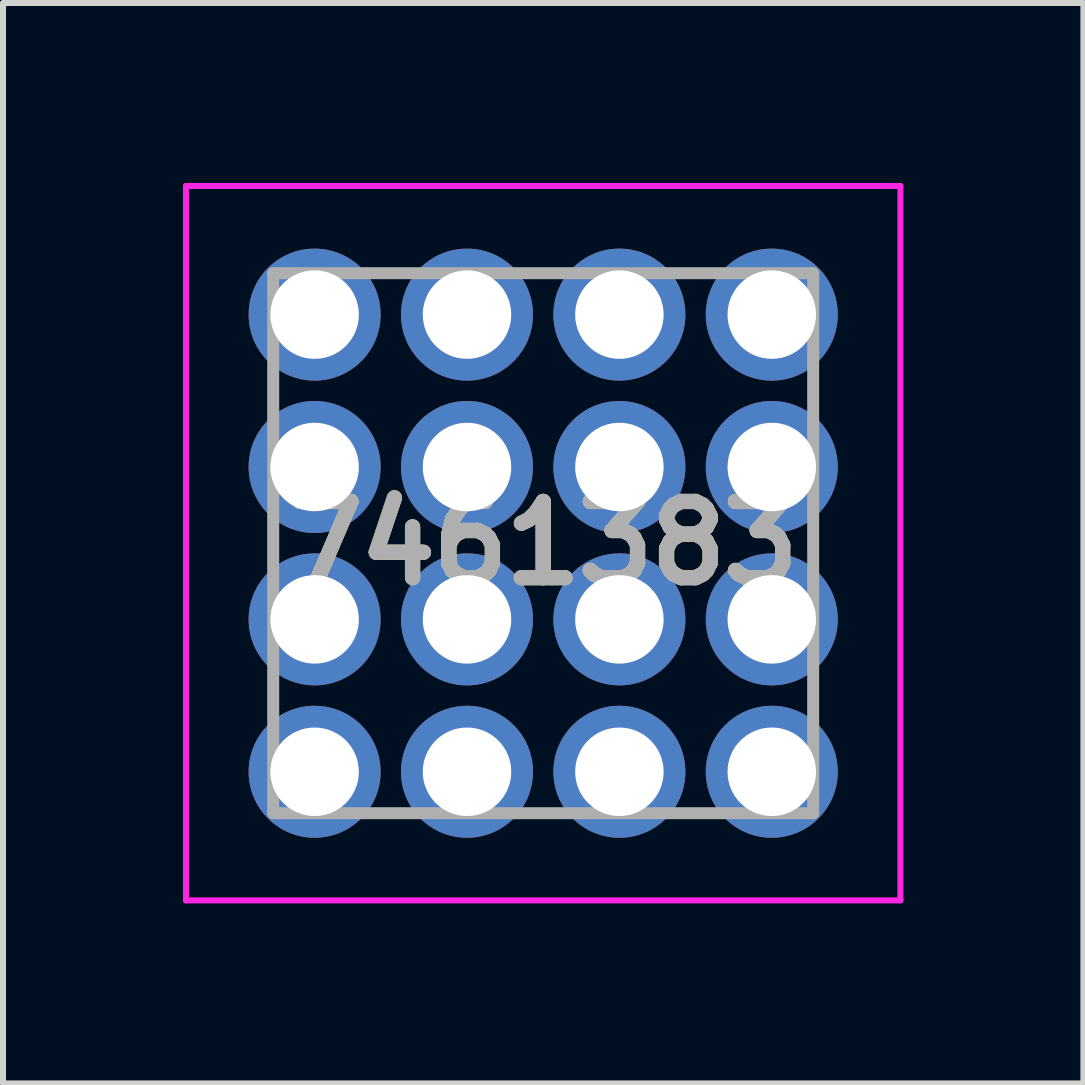
<source format=kicad_pcb>
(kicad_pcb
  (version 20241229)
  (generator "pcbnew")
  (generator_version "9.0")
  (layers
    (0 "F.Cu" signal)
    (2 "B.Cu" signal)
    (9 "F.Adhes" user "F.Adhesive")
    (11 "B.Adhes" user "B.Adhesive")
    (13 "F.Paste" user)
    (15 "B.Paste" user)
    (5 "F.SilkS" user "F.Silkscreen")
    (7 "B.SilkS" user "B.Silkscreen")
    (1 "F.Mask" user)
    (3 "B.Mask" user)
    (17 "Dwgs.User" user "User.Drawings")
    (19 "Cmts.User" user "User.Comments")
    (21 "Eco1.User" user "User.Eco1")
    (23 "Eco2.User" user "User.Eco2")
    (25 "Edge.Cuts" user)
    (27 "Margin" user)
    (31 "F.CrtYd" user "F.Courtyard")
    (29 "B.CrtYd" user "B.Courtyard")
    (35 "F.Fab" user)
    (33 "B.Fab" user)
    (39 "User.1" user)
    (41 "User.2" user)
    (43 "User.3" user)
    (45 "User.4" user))
  (footprint "7461383"
    (layer "F.Cu")
    (at 2.194 9.814)
    (property "Reference" "7461383" (at 3.81 -3.81 0) (layer "F.SilkS") (effects (font (size 1.27 1.27) (thickness 0.254))))
    (attr through_hole)
    (fp_line (start -0.69 -4.01) (end -0.69 -3.61) (stroke (width 0.1) (type solid)) (layer "F.SilkS"))
    (fp_line (start 3.61 -8.31) (end 4.01 -8.31) (stroke (width 0.1) (type solid)) (layer "F.SilkS"))
    (fp_line (start 3.61 0.69) (end 4.01 0.69) (stroke (width 0.1) (type solid)) (layer "F.SilkS"))
    (fp_line (start 8.31 -4.01) (end 8.31 -3.61) (stroke (width 0.1) (type solid)) (layer "F.SilkS"))
    (fp_line (start -2.144 -9.764) (end 9.764 -9.764) (stroke (width 0.1) (type solid)) (layer "F.CrtYd"))
    (fp_line (start -2.144 2.144) (end -2.144 -9.764) (stroke (width 0.1) (type solid)) (layer "F.CrtYd"))
    (fp_line (start 9.764 -9.764) (end 9.764 2.144) (stroke (width 0.1) (type solid)) (layer "F.CrtYd"))
    (fp_line (start 9.764 2.144) (end -2.144 2.144) (stroke (width 0.1) (type solid)) (layer "F.CrtYd"))
    (fp_line (start -0.69 -8.31) (end 8.31 -8.31) (stroke (width 0.2) (type solid)) (layer "F.Fab"))
    (fp_line (start -0.69 0.69) (end -0.69 -8.31) (stroke (width 0.2) (type solid)) (layer "F.Fab"))
    (fp_line (start 8.31 -8.31) (end 8.31 0.69) (stroke (width 0.2) (type solid)) (layer "F.Fab"))
    (fp_line (start 8.31 0.69) (end -0.69 0.69) (stroke (width 0.2) (type solid)) (layer "F.Fab"))
    (fp_text user "${REFERENCE}" (at 3.81 -3.81 0) (layer "F.Fab") (effects (font (size 1.27 1.27) (thickness 0.254))))
    (pad "1" thru_hole circle (at 0 0) (size 2.2 2.2) (drill 1.475) (layers "*.Cu" "*.Mask"))
    (pad "2" thru_hole circle (at 2.54 0) (size 2.2 2.2) (drill 1.475) (layers "*.Cu" "*.Mask"))
    (pad "3" thru_hole circle (at 5.08 0) (size 2.2 2.2) (drill 1.475) (layers "*.Cu" "*.Mask"))
    (pad "4" thru_hole circle (at 7.62 0) (size 2.2 2.2) (drill 1.475) (layers "*.Cu" "*.Mask"))
    (pad "5" thru_hole circle (at 0 -2.54) (size 2.2 2.2) (drill 1.475) (layers "*.Cu" "*.Mask"))
    (pad "6" thru_hole circle (at 2.54 -2.54) (size 2.2 2.2) (drill 1.475) (layers "*.Cu" "*.Mask"))
    (pad "7" thru_hole circle (at 5.08 -2.54) (size 2.2 2.2) (drill 1.475) (layers "*.Cu" "*.Mask"))
    (pad "8" thru_hole circle (at 7.62 -2.54) (size 2.2 2.2) (drill 1.475) (layers "*.Cu" "*.Mask"))
    (pad "9" thru_hole circle (at 0 -5.08) (size 2.2 2.2) (drill 1.475) (layers "*.Cu" "*.Mask"))
    (pad "10" thru_hole circle (at 2.54 -5.08) (size 2.2 2.2) (drill 1.475) (layers "*.Cu" "*.Mask"))
    (pad "11" thru_hole circle (at 5.08 -5.08) (size 2.2 2.2) (drill 1.475) (layers "*.Cu" "*.Mask"))
    (pad "12" thru_hole circle (at 7.62 -5.08) (size 2.2 2.2) (drill 1.475) (layers "*.Cu" "*.Mask"))
    (pad "13" thru_hole circle (at 0 -7.62) (size 2.2 2.2) (drill 1.475) (layers "*.Cu" "*.Mask"))
    (pad "14" thru_hole circle (at 2.54 -7.62) (size 2.2 2.2) (drill 1.475) (layers "*.Cu" "*.Mask"))
    (pad "15" thru_hole circle (at 5.08 -7.62) (size 2.2 2.2) (drill 1.475) (layers "*.Cu" "*.Mask"))
    (pad "16" thru_hole circle (at 7.62 -7.62) (size 2.2 2.2) (drill 1.475) (layers "*.Cu" "*.Mask")))
  (gr_rect
    (start -3 -3)
    (end 15.008 15.008)
    (stroke (width 0.1) (type default))
    (fill no)
    (layer "Edge.Cuts")))
</source>
